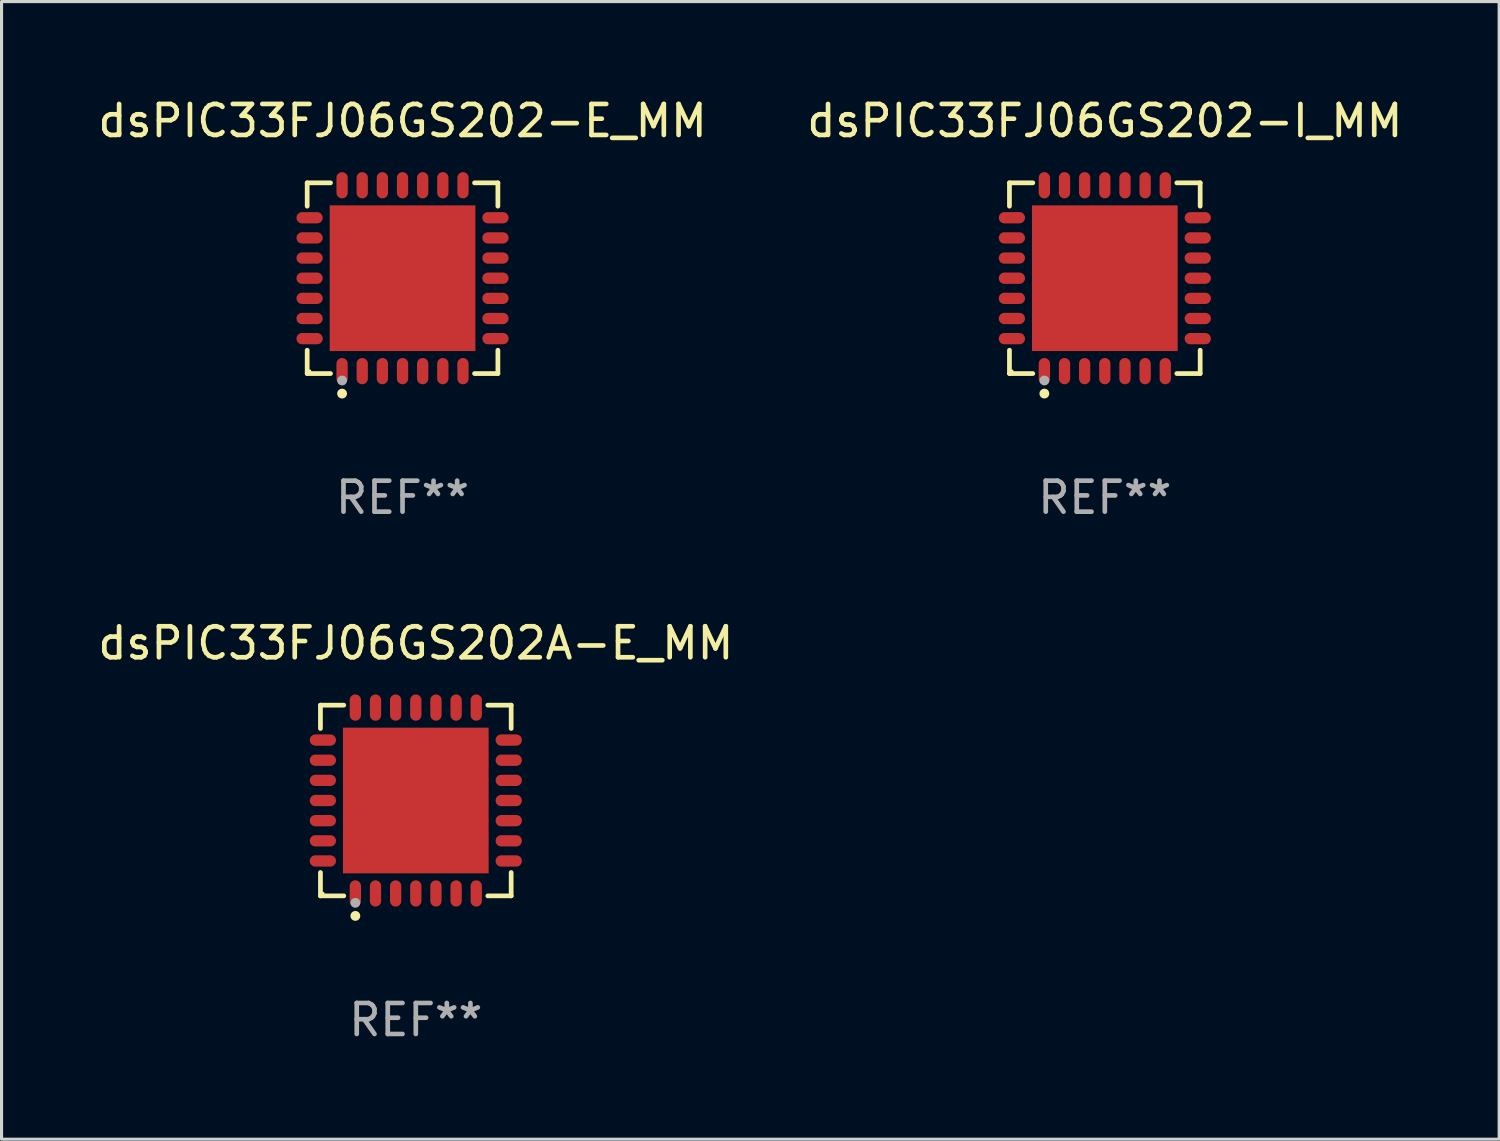
<source format=kicad_pcb>
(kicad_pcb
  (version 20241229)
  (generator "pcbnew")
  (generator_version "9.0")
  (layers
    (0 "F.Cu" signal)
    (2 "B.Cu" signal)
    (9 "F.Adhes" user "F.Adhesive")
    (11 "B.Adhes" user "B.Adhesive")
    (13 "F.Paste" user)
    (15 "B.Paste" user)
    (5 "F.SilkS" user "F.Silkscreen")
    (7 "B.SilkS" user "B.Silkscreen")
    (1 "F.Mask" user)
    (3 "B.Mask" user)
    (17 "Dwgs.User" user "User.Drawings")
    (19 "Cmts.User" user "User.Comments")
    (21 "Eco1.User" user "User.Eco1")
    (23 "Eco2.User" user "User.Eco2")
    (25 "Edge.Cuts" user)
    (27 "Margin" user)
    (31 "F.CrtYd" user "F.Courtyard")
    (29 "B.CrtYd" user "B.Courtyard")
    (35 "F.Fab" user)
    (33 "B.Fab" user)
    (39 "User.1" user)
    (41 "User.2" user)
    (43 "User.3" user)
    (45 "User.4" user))
  (footprint "dsPIC33FJ06GS202A-E_MM"
    (layer "F.Cu")
    (at 10.363 22.773)
    (property "Reference" "dsPIC33FJ06GS202A-E_MM" (at 0 -5.076 0) (layer "F.SilkS") (effects (font (size 1 1) (thickness 0.15))))
    (attr through_hole)
    (fp_line (start -3.076 -3.076) (end -2.323 -3.076) (stroke (width 0.152) (type solid)) (layer "F.SilkS"))
    (fp_line (start -3.076 -2.323) (end -3.076 -3.076) (stroke (width 0.152) (type solid)) (layer "F.SilkS"))
    (fp_line (start -3.076 2.323) (end -3.076 3.076) (stroke (width 0.152) (type solid)) (layer "F.SilkS"))
    (fp_line (start -3.076 3.076) (end -2.323 3.076) (stroke (width 0.152) (type solid)) (layer "F.SilkS"))
    (fp_line (start 3.076 -3.076) (end 2.323 -3.076) (stroke (width 0.152) (type solid)) (layer "F.SilkS"))
    (fp_line (start 3.076 -2.323) (end 3.076 -3.076) (stroke (width 0.152) (type solid)) (layer "F.SilkS"))
    (fp_line (start 3.076 2.323) (end 3.076 3.076) (stroke (width 0.152) (type solid)) (layer "F.SilkS"))
    (fp_line (start 3.076 3.076) (end 2.323 3.076) (stroke (width 0.152) (type solid)) (layer "F.SilkS"))
    (fp_circle (center -3 3) (end -2.97 3) (stroke (width 0.06) (type solid)) (fill no) (layer "F.SilkS"))
    (fp_circle (center -1.95 3.722) (end -1.87 3.722) (stroke (width 0.16) (type solid)) (fill no) (layer "F.SilkS"))
    (fp_circle (center -1.95 3.3) (end -1.87 3.3) (stroke (width 0.16) (type solid)) (fill no) (layer "F.Fab"))
    (fp_text user "REF**" (at 0 7.076 0) (layer "F.Fab") (effects (font (size 1 1) (thickness 0.15))))
    (pad "1" smd oval (at -1.95 2.998) (size 0.364 0.847) (layers "F.Cu" "F.Mask" "F.Paste"))
    (pad "2" smd oval (at -1.3 2.998) (size 0.364 0.847) (layers "F.Cu" "F.Mask" "F.Paste"))
    (pad "3" smd oval (at -0.65 2.998) (size 0.364 0.847) (layers "F.Cu" "F.Mask" "F.Paste"))
    (pad "4" smd oval (at 0 2.998) (size 0.364 0.847) (layers "F.Cu" "F.Mask" "F.Paste"))
    (pad "5" smd oval (at 0.65 2.998) (size 0.364 0.847) (layers "F.Cu" "F.Mask" "F.Paste"))
    (pad "6" smd oval (at 1.3 2.998) (size 0.364 0.847) (layers "F.Cu" "F.Mask" "F.Paste"))
    (pad "7" smd oval (at 1.95 2.998) (size 0.364 0.847) (layers "F.Cu" "F.Mask" "F.Paste"))
    (pad "8" smd oval (at 2.998 1.95) (size 0.847 0.364) (layers "F.Cu" "F.Mask" "F.Paste"))
    (pad "9" smd oval (at 2.998 1.3) (size 0.847 0.364) (layers "F.Cu" "F.Mask" "F.Paste"))
    (pad "10" smd oval (at 2.998 0.65) (size 0.847 0.364) (layers "F.Cu" "F.Mask" "F.Paste"))
    (pad "11" smd oval (at 2.998 0) (size 0.847 0.364) (layers "F.Cu" "F.Mask" "F.Paste"))
    (pad "12" smd oval (at 2.998 -0.65) (size 0.847 0.364) (layers "F.Cu" "F.Mask" "F.Paste"))
    (pad "13" smd oval (at 2.998 -1.3) (size 0.847 0.364) (layers "F.Cu" "F.Mask" "F.Paste"))
    (pad "14" smd oval (at 2.998 -1.95) (size 0.847 0.364) (layers "F.Cu" "F.Mask" "F.Paste"))
    (pad "15" smd oval (at 1.95 -2.998) (size 0.364 0.847) (layers "F.Cu" "F.Mask" "F.Paste"))
    (pad "16" smd oval (at 1.3 -2.998) (size 0.364 0.847) (layers "F.Cu" "F.Mask" "F.Paste"))
    (pad "17" smd oval (at 0.65 -2.998) (size 0.364 0.847) (layers "F.Cu" "F.Mask" "F.Paste"))
    (pad "18" smd oval (at 0 -2.998) (size 0.364 0.847) (layers "F.Cu" "F.Mask" "F.Paste"))
    (pad "19" smd oval (at -0.65 -2.998) (size 0.364 0.847) (layers "F.Cu" "F.Mask" "F.Paste"))
    (pad "20" smd oval (at -1.3 -2.998) (size 0.364 0.847) (layers "F.Cu" "F.Mask" "F.Paste"))
    (pad "21" smd oval (at -1.95 -2.998) (size 0.364 0.847) (layers "F.Cu" "F.Mask" "F.Paste"))
    (pad "22" smd oval (at -2.998 -1.95) (size 0.847 0.364) (layers "F.Cu" "F.Mask" "F.Paste"))
    (pad "23" smd oval (at -2.998 -1.3) (size 0.847 0.364) (layers "F.Cu" "F.Mask" "F.Paste"))
    (pad "24" smd oval (at -2.998 -0.65) (size 0.847 0.364) (layers "F.Cu" "F.Mask" "F.Paste"))
    (pad "25" smd oval (at -2.998 0) (size 0.847 0.364) (layers "F.Cu" "F.Mask" "F.Paste"))
    (pad "26" smd oval (at -2.998 0.65) (size 0.847 0.364) (layers "F.Cu" "F.Mask" "F.Paste"))
    (pad "27" smd oval (at -2.998 1.3) (size 0.847 0.364) (layers "F.Cu" "F.Mask" "F.Paste"))
    (pad "28" smd oval (at -2.998 1.95) (size 0.847 0.364) (layers "F.Cu" "F.Mask" "F.Paste"))
    (pad "29" smd rect (at 0 0) (size 4.7 4.7) (layers "F.Cu" "F.Mask" "F.Paste")))
  (footprint "dsPIC33FJ06GS202-I_MM"
    (layer "F.Cu")
    (at 32.589 5.924)
    (property "Reference" "dsPIC33FJ06GS202-I_MM" (at 0 -5.076 0) (layer "F.SilkS") (effects (font (size 1 1) (thickness 0.15))))
    (attr through_hole)
    (fp_line (start -3.076 -3.076) (end -2.323 -3.076) (stroke (width 0.152) (type solid)) (layer "F.SilkS"))
    (fp_line (start -3.076 -2.323) (end -3.076 -3.076) (stroke (width 0.152) (type solid)) (layer "F.SilkS"))
    (fp_line (start -3.076 2.323) (end -3.076 3.076) (stroke (width 0.152) (type solid)) (layer "F.SilkS"))
    (fp_line (start -3.076 3.076) (end -2.323 3.076) (stroke (width 0.152) (type solid)) (layer "F.SilkS"))
    (fp_line (start 3.076 -3.076) (end 2.323 -3.076) (stroke (width 0.152) (type solid)) (layer "F.SilkS"))
    (fp_line (start 3.076 -2.323) (end 3.076 -3.076) (stroke (width 0.152) (type solid)) (layer "F.SilkS"))
    (fp_line (start 3.076 2.323) (end 3.076 3.076) (stroke (width 0.152) (type solid)) (layer "F.SilkS"))
    (fp_line (start 3.076 3.076) (end 2.323 3.076) (stroke (width 0.152) (type solid)) (layer "F.SilkS"))
    (fp_circle (center -3 3) (end -2.97 3) (stroke (width 0.06) (type solid)) (fill no) (layer "F.SilkS"))
    (fp_circle (center -1.95 3.722) (end -1.87 3.722) (stroke (width 0.16) (type solid)) (fill no) (layer "F.SilkS"))
    (fp_circle (center -1.95 3.3) (end -1.87 3.3) (stroke (width 0.16) (type solid)) (fill no) (layer "F.Fab"))
    (fp_text user "REF**" (at 0 7.076 0) (layer "F.Fab") (effects (font (size 1 1) (thickness 0.15))))
    (pad "1" smd oval (at -1.95 2.998) (size 0.364 0.847) (layers "F.Cu" "F.Mask" "F.Paste"))
    (pad "2" smd oval (at -1.3 2.998) (size 0.364 0.847) (layers "F.Cu" "F.Mask" "F.Paste"))
    (pad "3" smd oval (at -0.65 2.998) (size 0.364 0.847) (layers "F.Cu" "F.Mask" "F.Paste"))
    (pad "4" smd oval (at 0 2.998) (size 0.364 0.847) (layers "F.Cu" "F.Mask" "F.Paste"))
    (pad "5" smd oval (at 0.65 2.998) (size 0.364 0.847) (layers "F.Cu" "F.Mask" "F.Paste"))
    (pad "6" smd oval (at 1.3 2.998) (size 0.364 0.847) (layers "F.Cu" "F.Mask" "F.Paste"))
    (pad "7" smd oval (at 1.95 2.998) (size 0.364 0.847) (layers "F.Cu" "F.Mask" "F.Paste"))
    (pad "8" smd oval (at 2.998 1.95) (size 0.847 0.364) (layers "F.Cu" "F.Mask" "F.Paste"))
    (pad "9" smd oval (at 2.998 1.3) (size 0.847 0.364) (layers "F.Cu" "F.Mask" "F.Paste"))
    (pad "10" smd oval (at 2.998 0.65) (size 0.847 0.364) (layers "F.Cu" "F.Mask" "F.Paste"))
    (pad "11" smd oval (at 2.998 0) (size 0.847 0.364) (layers "F.Cu" "F.Mask" "F.Paste"))
    (pad "12" smd oval (at 2.998 -0.65) (size 0.847 0.364) (layers "F.Cu" "F.Mask" "F.Paste"))
    (pad "13" smd oval (at 2.998 -1.3) (size 0.847 0.364) (layers "F.Cu" "F.Mask" "F.Paste"))
    (pad "14" smd oval (at 2.998 -1.95) (size 0.847 0.364) (layers "F.Cu" "F.Mask" "F.Paste"))
    (pad "15" smd oval (at 1.95 -2.998) (size 0.364 0.847) (layers "F.Cu" "F.Mask" "F.Paste"))
    (pad "16" smd oval (at 1.3 -2.998) (size 0.364 0.847) (layers "F.Cu" "F.Mask" "F.Paste"))
    (pad "17" smd oval (at 0.65 -2.998) (size 0.364 0.847) (layers "F.Cu" "F.Mask" "F.Paste"))
    (pad "18" smd oval (at 0 -2.998) (size 0.364 0.847) (layers "F.Cu" "F.Mask" "F.Paste"))
    (pad "19" smd oval (at -0.65 -2.998) (size 0.364 0.847) (layers "F.Cu" "F.Mask" "F.Paste"))
    (pad "20" smd oval (at -1.3 -2.998) (size 0.364 0.847) (layers "F.Cu" "F.Mask" "F.Paste"))
    (pad "21" smd oval (at -1.95 -2.998) (size 0.364 0.847) (layers "F.Cu" "F.Mask" "F.Paste"))
    (pad "22" smd oval (at -2.998 -1.95) (size 0.847 0.364) (layers "F.Cu" "F.Mask" "F.Paste"))
    (pad "23" smd oval (at -2.998 -1.3) (size 0.847 0.364) (layers "F.Cu" "F.Mask" "F.Paste"))
    (pad "24" smd oval (at -2.998 -0.65) (size 0.847 0.364) (layers "F.Cu" "F.Mask" "F.Paste"))
    (pad "25" smd oval (at -2.998 0) (size 0.847 0.364) (layers "F.Cu" "F.Mask" "F.Paste"))
    (pad "26" smd oval (at -2.998 0.65) (size 0.847 0.364) (layers "F.Cu" "F.Mask" "F.Paste"))
    (pad "27" smd oval (at -2.998 1.3) (size 0.847 0.364) (layers "F.Cu" "F.Mask" "F.Paste"))
    (pad "28" smd oval (at -2.998 1.95) (size 0.847 0.364) (layers "F.Cu" "F.Mask" "F.Paste"))
    (pad "29" smd rect (at 0 0) (size 4.7 4.7) (layers "F.Cu" "F.Mask" "F.Paste")))
  (footprint "dsPIC33FJ06GS202-E_MM"
    (layer "F.Cu")
    (at 9.935 5.924)
    (property "Reference" "dsPIC33FJ06GS202-E_MM" (at 0 -5.076 0) (layer "F.SilkS") (effects (font (size 1 1) (thickness 0.15))))
    (attr through_hole)
    (fp_line (start -3.076 -3.076) (end -2.323 -3.076) (stroke (width 0.152) (type solid)) (layer "F.SilkS"))
    (fp_line (start -3.076 -2.323) (end -3.076 -3.076) (stroke (width 0.152) (type solid)) (layer "F.SilkS"))
    (fp_line (start -3.076 2.323) (end -3.076 3.076) (stroke (width 0.152) (type solid)) (layer "F.SilkS"))
    (fp_line (start -3.076 3.076) (end -2.323 3.076) (stroke (width 0.152) (type solid)) (layer "F.SilkS"))
    (fp_line (start 3.076 -3.076) (end 2.323 -3.076) (stroke (width 0.152) (type solid)) (layer "F.SilkS"))
    (fp_line (start 3.076 -2.323) (end 3.076 -3.076) (stroke (width 0.152) (type solid)) (layer "F.SilkS"))
    (fp_line (start 3.076 2.323) (end 3.076 3.076) (stroke (width 0.152) (type solid)) (layer "F.SilkS"))
    (fp_line (start 3.076 3.076) (end 2.323 3.076) (stroke (width 0.152) (type solid)) (layer "F.SilkS"))
    (fp_circle (center -3 3) (end -2.97 3) (stroke (width 0.06) (type solid)) (fill no) (layer "F.SilkS"))
    (fp_circle (center -1.95 3.722) (end -1.87 3.722) (stroke (width 0.16) (type solid)) (fill no) (layer "F.SilkS"))
    (fp_circle (center -1.95 3.3) (end -1.87 3.3) (stroke (width 0.16) (type solid)) (fill no) (layer "F.Fab"))
    (fp_text user "REF**" (at 0 7.076 0) (layer "F.Fab") (effects (font (size 1 1) (thickness 0.15))))
    (pad "1" smd oval (at -1.95 2.998) (size 0.364 0.847) (layers "F.Cu" "F.Mask" "F.Paste"))
    (pad "2" smd oval (at -1.3 2.998) (size 0.364 0.847) (layers "F.Cu" "F.Mask" "F.Paste"))
    (pad "3" smd oval (at -0.65 2.998) (size 0.364 0.847) (layers "F.Cu" "F.Mask" "F.Paste"))
    (pad "4" smd oval (at 0 2.998) (size 0.364 0.847) (layers "F.Cu" "F.Mask" "F.Paste"))
    (pad "5" smd oval (at 0.65 2.998) (size 0.364 0.847) (layers "F.Cu" "F.Mask" "F.Paste"))
    (pad "6" smd oval (at 1.3 2.998) (size 0.364 0.847) (layers "F.Cu" "F.Mask" "F.Paste"))
    (pad "7" smd oval (at 1.95 2.998) (size 0.364 0.847) (layers "F.Cu" "F.Mask" "F.Paste"))
    (pad "8" smd oval (at 2.998 1.95) (size 0.847 0.364) (layers "F.Cu" "F.Mask" "F.Paste"))
    (pad "9" smd oval (at 2.998 1.3) (size 0.847 0.364) (layers "F.Cu" "F.Mask" "F.Paste"))
    (pad "10" smd oval (at 2.998 0.65) (size 0.847 0.364) (layers "F.Cu" "F.Mask" "F.Paste"))
    (pad "11" smd oval (at 2.998 0) (size 0.847 0.364) (layers "F.Cu" "F.Mask" "F.Paste"))
    (pad "12" smd oval (at 2.998 -0.65) (size 0.847 0.364) (layers "F.Cu" "F.Mask" "F.Paste"))
    (pad "13" smd oval (at 2.998 -1.3) (size 0.847 0.364) (layers "F.Cu" "F.Mask" "F.Paste"))
    (pad "14" smd oval (at 2.998 -1.95) (size 0.847 0.364) (layers "F.Cu" "F.Mask" "F.Paste"))
    (pad "15" smd oval (at 1.95 -2.998) (size 0.364 0.847) (layers "F.Cu" "F.Mask" "F.Paste"))
    (pad "16" smd oval (at 1.3 -2.998) (size 0.364 0.847) (layers "F.Cu" "F.Mask" "F.Paste"))
    (pad "17" smd oval (at 0.65 -2.998) (size 0.364 0.847) (layers "F.Cu" "F.Mask" "F.Paste"))
    (pad "18" smd oval (at 0 -2.998) (size 0.364 0.847) (layers "F.Cu" "F.Mask" "F.Paste"))
    (pad "19" smd oval (at -0.65 -2.998) (size 0.364 0.847) (layers "F.Cu" "F.Mask" "F.Paste"))
    (pad "20" smd oval (at -1.3 -2.998) (size 0.364 0.847) (layers "F.Cu" "F.Mask" "F.Paste"))
    (pad "21" smd oval (at -1.95 -2.998) (size 0.364 0.847) (layers "F.Cu" "F.Mask" "F.Paste"))
    (pad "22" smd oval (at -2.998 -1.95) (size 0.847 0.364) (layers "F.Cu" "F.Mask" "F.Paste"))
    (pad "23" smd oval (at -2.998 -1.3) (size 0.847 0.364) (layers "F.Cu" "F.Mask" "F.Paste"))
    (pad "24" smd oval (at -2.998 -0.65) (size 0.847 0.364) (layers "F.Cu" "F.Mask" "F.Paste"))
    (pad "25" smd oval (at -2.998 0) (size 0.847 0.364) (layers "F.Cu" "F.Mask" "F.Paste"))
    (pad "26" smd oval (at -2.998 0.65) (size 0.847 0.364) (layers "F.Cu" "F.Mask" "F.Paste"))
    (pad "27" smd oval (at -2.998 1.3) (size 0.847 0.364) (layers "F.Cu" "F.Mask" "F.Paste"))
    (pad "28" smd oval (at -2.998 1.95) (size 0.847 0.364) (layers "F.Cu" "F.Mask" "F.Paste"))
    (pad "29" smd rect (at 0 0) (size 4.7 4.7) (layers "F.Cu" "F.Mask" "F.Paste")))
  (gr_rect
    (start -3 -3)
    (end 45.31 33.698)
    (stroke (width 0.1) (type default))
    (fill no)
    (layer "Edge.Cuts")))
</source>
